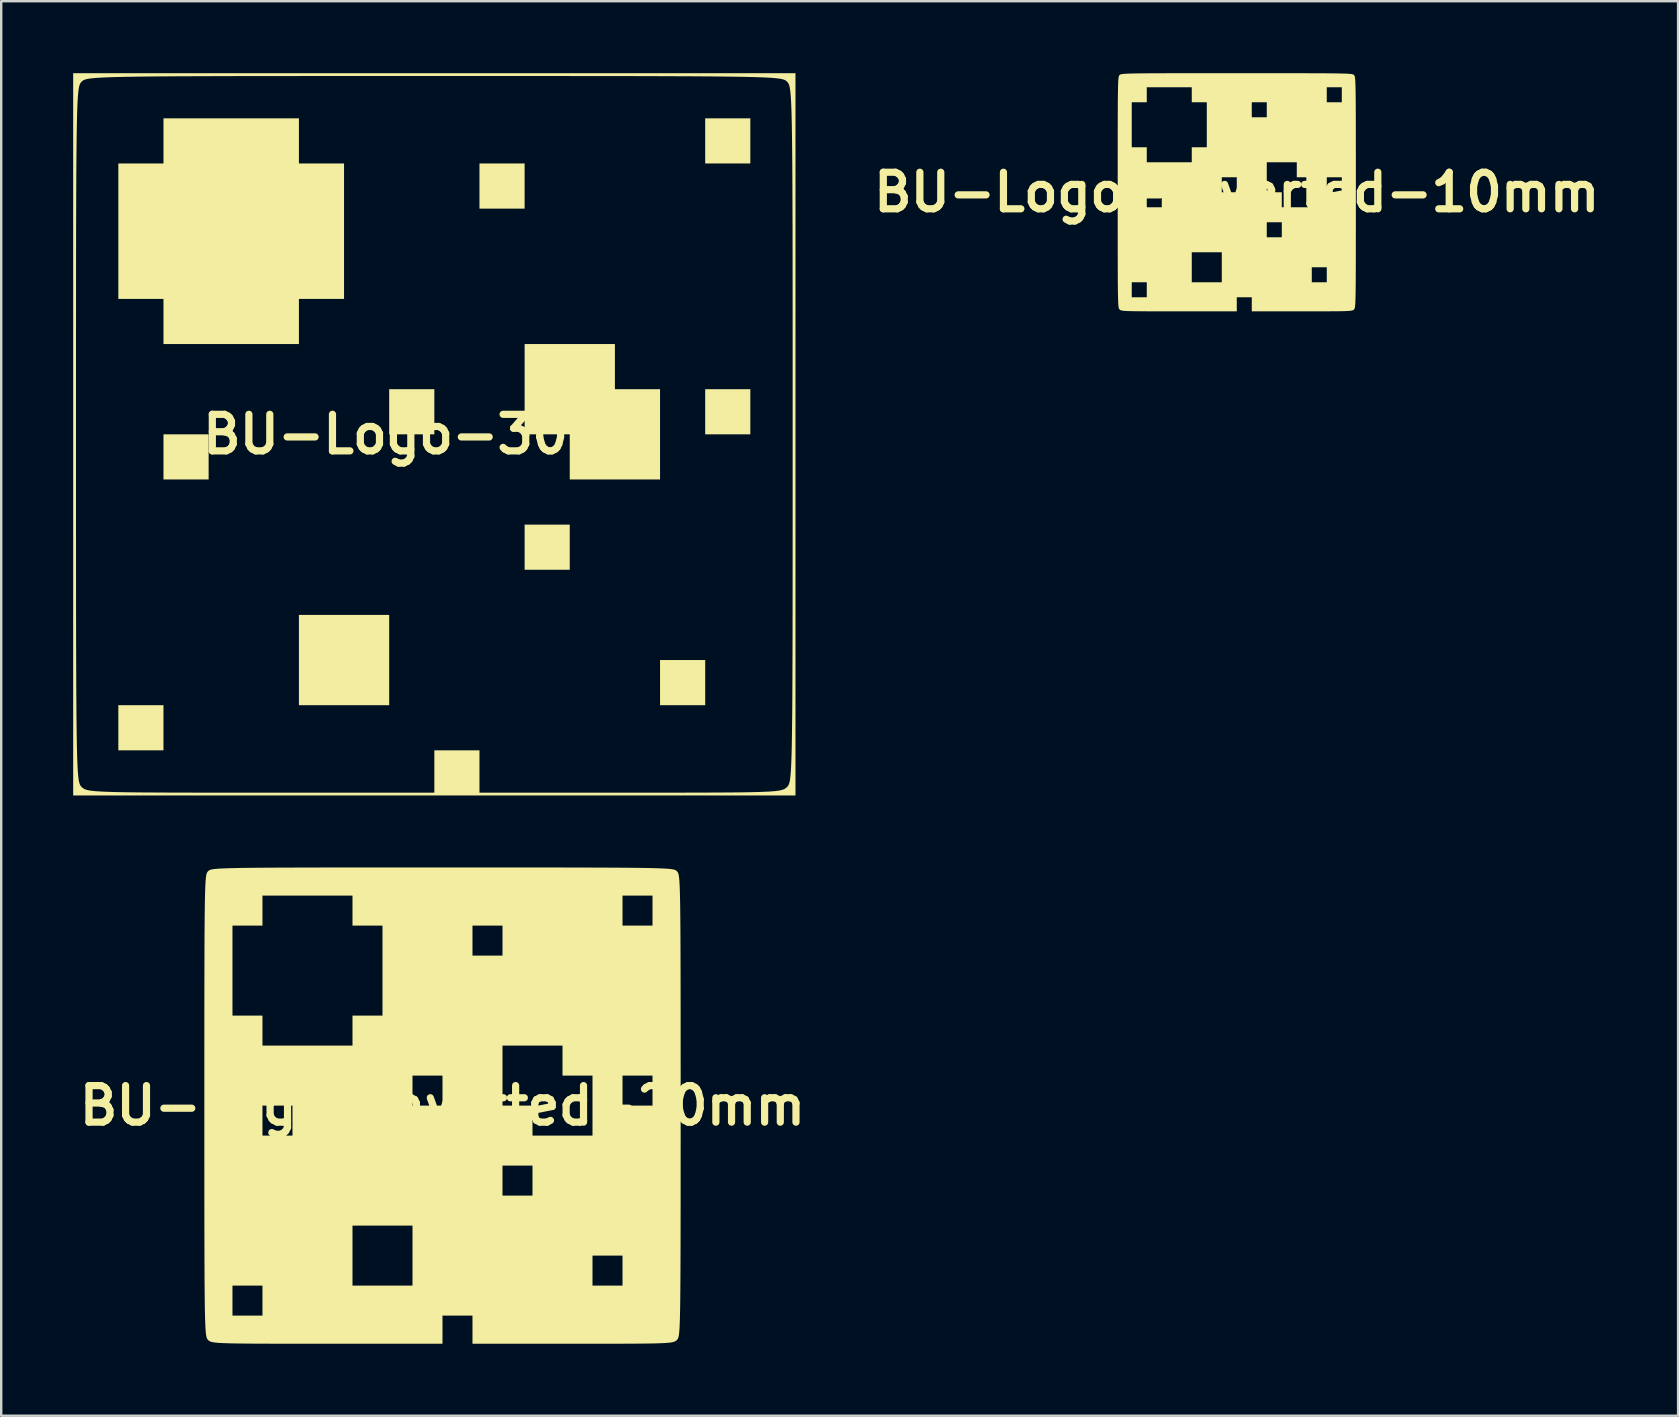
<source format=kicad_pcb>
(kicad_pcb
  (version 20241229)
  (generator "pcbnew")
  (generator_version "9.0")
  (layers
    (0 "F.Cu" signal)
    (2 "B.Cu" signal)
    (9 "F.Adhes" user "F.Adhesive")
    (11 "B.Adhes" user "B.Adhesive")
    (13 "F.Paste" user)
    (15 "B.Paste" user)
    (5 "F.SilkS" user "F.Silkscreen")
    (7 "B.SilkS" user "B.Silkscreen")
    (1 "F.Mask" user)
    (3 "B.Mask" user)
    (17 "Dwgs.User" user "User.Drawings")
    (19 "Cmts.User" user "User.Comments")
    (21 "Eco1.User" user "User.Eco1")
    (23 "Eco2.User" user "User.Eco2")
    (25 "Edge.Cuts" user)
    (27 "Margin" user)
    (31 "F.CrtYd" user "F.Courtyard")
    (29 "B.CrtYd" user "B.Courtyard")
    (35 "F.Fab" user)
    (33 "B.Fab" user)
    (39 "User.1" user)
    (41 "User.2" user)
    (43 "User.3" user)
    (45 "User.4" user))
  (footprint "BU-Logo-30mm"
    (layer "F.Cu")
    (at 15.052 15.052)
    (property "Reference" "BU-Logo-30mm" (at 0 0 0) (layer "F.SilkS") (effects (font (size 1.524 1.524) (thickness 0.3))))
    (attr board_only exclude_from_pos_files exclude_from_bom)
    (fp_poly (pts (xy -11.289 13.17) (xy -13.17 13.17) (xy -13.17 11.289) (xy -11.289 11.289)) (stroke (width 0) (type solid)) (fill yes) (layer "F.SilkS"))
    (fp_poly (pts (xy -9.407 1.881) (xy -11.289 1.881) (xy -11.289 0) (xy -9.407 0)) (stroke (width 0) (type solid)) (fill yes) (layer "F.SilkS"))
    (fp_poly (pts (xy -1.881 11.289) (xy -5.644 11.289) (xy -5.644 7.526) (xy -1.881 7.526)) (stroke (width 0) (type solid)) (fill yes) (layer "F.SilkS"))
    (fp_poly (pts (xy 0 0) (xy -1.881 0) (xy -1.881 -1.881) (xy 0 -1.881)) (stroke (width 0) (type solid)) (fill yes) (layer "F.SilkS"))
    (fp_poly (pts (xy 3.763 -9.407) (xy 1.881 -9.407) (xy 1.881 -11.289) (xy 3.763 -11.289)) (stroke (width 0) (type solid)) (fill yes) (layer "F.SilkS"))
    (fp_poly (pts (xy 5.644 5.644) (xy 3.763 5.644) (xy 3.763 3.763) (xy 5.644 3.763)) (stroke (width 0) (type solid)) (fill yes) (layer "F.SilkS"))
    (fp_poly (pts (xy 11.289 11.289) (xy 9.407 11.289) (xy 9.407 9.407) (xy 11.289 9.407)) (stroke (width 0) (type solid)) (fill yes) (layer "F.SilkS"))
    (fp_poly (pts (xy 13.17 -11.289) (xy 11.289 -11.289) (xy 11.289 -13.17) (xy 13.17 -13.17)) (stroke (width 0) (type solid)) (fill yes) (layer "F.SilkS"))
    (fp_poly (pts (xy 13.17 0) (xy 11.289 0) (xy 11.289 -1.881) (xy 13.17 -1.881)) (stroke (width 0) (type solid)) (fill yes) (layer "F.SilkS"))
    (fp_poly (pts (xy 7.526 -1.881) (xy 9.407 -1.881) (xy 9.407 1.881) (xy 5.644 1.881) (xy 5.644 0) (xy 3.763 0) (xy 3.763 -3.763) (xy 7.526 -3.763)) (stroke (width 0) (type solid)) (fill yes) (layer "F.SilkS"))
    (fp_poly (pts (xy -5.644 -11.289) (xy -3.763 -11.289) (xy -3.763 -5.644) (xy -5.644 -5.644) (xy -5.644 -3.763) (xy -11.289 -3.763) (xy -11.289 -5.644) (xy -13.17 -5.644) (xy -13.17 -11.289) (xy -11.289 -11.289) (xy -11.289 -13.17) (xy -5.644 -13.17)) (stroke (width 0) (type solid)) (fill yes) (layer "F.SilkS"))
    (fp_poly (pts (xy 15.052 15.052) (xy -15.052 15.052) (xy -15.052 0) (xy -14.934 0) (xy -14.934 2.144) (xy -14.934 4.065) (xy -14.933 5.775) (xy -14.932 7.288) (xy -14.93 8.616) (xy -14.926 9.77) (xy -14.922 10.764) (xy -14.916 11.61) (xy -14.908 12.32) (xy -14.899 12.907) (xy -14.888 13.383) (xy -14.874 13.761) (xy -14.858 14.053) (xy -14.839 14.272) (xy -14.818 14.429) (xy -14.793 14.539) (xy -14.765 14.612) (xy -14.734 14.661) (xy -14.699 14.699) (xy -14.645 14.747) (xy -14.576 14.788) (xy -14.473 14.823) (xy -14.319 14.852) (xy -14.096 14.875) (xy -13.785 14.893) (xy -13.37 14.908) (xy -12.831 14.918) (xy -12.152 14.925) (xy -11.315 14.93) (xy -10.3 14.933) (xy -9.092 14.934) (xy -7.671 14.934) (xy -7.232 14.934) (xy 0 14.934) (xy 0 13.17) (xy 1.881 13.17) (xy 1.881 14.934) (xy 8.173 14.934) (xy 9.549 14.934) (xy 10.71 14.933) (xy 11.674 14.93) (xy 12.461 14.925) (xy 13.089 14.917) (xy 13.579 14.905) (xy 13.949 14.889) (xy 14.219 14.868) (xy 14.407 14.841) (xy 14.534 14.807) (xy 14.619 14.766) (xy 14.68 14.718) (xy 14.699 14.699) (xy 14.734 14.661) (xy 14.765 14.611) (xy 14.793 14.538) (xy 14.818 14.429) (xy 14.839 14.271) (xy 14.858 14.053) (xy 14.874 13.76) (xy 14.888 13.382) (xy 14.899 12.906) (xy 14.908 12.319) (xy 14.916 11.608) (xy 14.922 10.762) (xy 14.926 9.768) (xy 14.93 8.613) (xy 14.932 7.286) (xy 14.933 5.773) (xy 14.934 4.062) (xy 14.934 2.14) (xy 14.934 0) (xy 14.934 -2.144) (xy 14.934 -4.065) (xy 14.933 -5.775) (xy 14.932 -7.288) (xy 14.93 -8.616) (xy 14.926 -9.77) (xy 14.922 -10.764) (xy 14.916 -11.61) (xy 14.908 -12.32) (xy 14.899 -12.907) (xy 14.888 -13.383) (xy 14.874 -13.761) (xy 14.858 -14.053) (xy 14.839 -14.272) (xy 14.818 -14.429) (xy 14.793 -14.539) (xy 14.765 -14.612) (xy 14.734 -14.661) (xy 14.699 -14.699) (xy 14.661 -14.734) (xy 14.611 -14.765) (xy 14.538 -14.793) (xy 14.429 -14.818) (xy 14.271 -14.839) (xy 14.053 -14.858) (xy 13.76 -14.874) (xy 13.382 -14.888) (xy 12.906 -14.899) (xy 12.319 -14.908) (xy 11.608 -14.916) (xy 10.762 -14.922) (xy 9.768 -14.926) (xy 8.613 -14.93) (xy 7.286 -14.932) (xy 5.773 -14.933) (xy 4.062 -14.934) (xy 2.14 -14.934) (xy 0 -14.934) (xy -2.144 -14.934) (xy -4.065 -14.934) (xy -5.775 -14.933) (xy -7.288 -14.932) (xy -8.616 -14.93) (xy -9.77 -14.926) (xy -10.764 -14.922) (xy -11.61 -14.916) (xy -12.32 -14.908) (xy -12.907 -14.899) (xy -13.383 -14.888) (xy -13.761 -14.874) (xy -14.053 -14.858) (xy -14.272 -14.839) (xy -14.429 -14.818) (xy -14.539 -14.793) (xy -14.612 -14.765) (xy -14.661 -14.734) (xy -14.699 -14.699) (xy -14.734 -14.661) (xy -14.765 -14.611) (xy -14.793 -14.538) (xy -14.818 -14.429) (xy -14.839 -14.271) (xy -14.858 -14.053) (xy -14.874 -13.76) (xy -14.888 -13.382) (xy -14.899 -12.906) (xy -14.908 -12.319) (xy -14.916 -11.608) (xy -14.922 -10.762) (xy -14.926 -9.768) (xy -14.93 -8.613) (xy -14.932 -7.286) (xy -14.933 -5.773) (xy -14.934 -4.062) (xy -14.934 -2.14) (xy -14.934 0) (xy -15.052 0) (xy -15.052 -15.052) (xy 15.052 -15.052)) (stroke (width 0) (type solid)) (fill yes) (layer "F.SilkS")))
  (footprint "BU-Logo-Inverted-10mm"
    (layer "F.Cu")
    (at 48.496 4.963)
    (property "Reference" "BU-Logo-Inverted-10mm" (at 0 0 0) (layer "F.SilkS") (effects (font (size 1.524 1.524) (thickness 0.3))))
    (attr board_only exclude_from_pos_files exclude_from_bom)
    (fp_poly (pts (xy 0.712 -4.963) (xy 1.351 -4.963) (xy 1.919 -4.962) (xy 2.422 -4.962) (xy 2.863 -4.961) (xy 3.247 -4.96) (xy 3.577 -4.959) (xy 3.858 -4.957) (xy 4.094 -4.954) (xy 4.289 -4.951) (xy 4.447 -4.947) (xy 4.573 -4.943) (xy 4.67 -4.937) (xy 4.743 -4.931) (xy 4.795 -4.924) (xy 4.831 -4.916) (xy 4.856 -4.907) (xy 4.872 -4.896) (xy 4.885 -4.885) (xy 4.896 -4.872) (xy 4.907 -4.855) (xy 4.916 -4.831) (xy 4.924 -4.795) (xy 4.931 -4.742) (xy 4.937 -4.67) (xy 4.943 -4.573) (xy 4.947 -4.447) (xy 4.951 -4.289) (xy 4.954 -4.094) (xy 4.957 -3.858) (xy 4.959 -3.576) (xy 4.96 -3.246) (xy 4.961 -2.862) (xy 4.962 -2.421) (xy 4.962 -1.918) (xy 4.963 -1.35) (xy 4.963 -0.711) (xy 4.963 0) (xy 4.963 0.712) (xy 4.963 1.351) (xy 4.962 1.919) (xy 4.962 2.422) (xy 4.961 2.863) (xy 4.96 3.247) (xy 4.959 3.577) (xy 4.957 3.858) (xy 4.954 4.094) (xy 4.951 4.289) (xy 4.947 4.447) (xy 4.943 4.573) (xy 4.937 4.67) (xy 4.931 4.743) (xy 4.924 4.795) (xy 4.916 4.831) (xy 4.907 4.856) (xy 4.896 4.872) (xy 4.885 4.885) (xy 4.865 4.902) (xy 4.841 4.916) (xy 4.804 4.928) (xy 4.749 4.938) (xy 4.67 4.945) (xy 4.559 4.951) (xy 4.41 4.956) (xy 4.218 4.959) (xy 3.975 4.961) (xy 3.676 4.962) (xy 3.313 4.963) (xy 2.881 4.963) (xy 2.716 4.963) (xy 0.625 4.963) (xy 0.625 4.377) (xy 0 4.377) (xy 0 4.963) (xy -2.403 4.963) (xy -2.896 4.963) (xy -3.317 4.962) (xy -3.672 4.962) (xy -3.966 4.96) (xy -4.206 4.958) (xy -4.397 4.955) (xy -4.546 4.951) (xy -4.658 4.945) (xy -4.74 4.938) (xy -4.797 4.929) (xy -4.835 4.918) (xy -4.861 4.905) (xy -4.88 4.889) (xy -4.885 4.885) (xy -4.896 4.872) (xy -4.907 4.855) (xy -4.916 4.831) (xy -4.924 4.795) (xy -4.931 4.742) (xy -4.937 4.67) (xy -4.943 4.573) (xy -4.947 4.447) (xy -4.949 4.377) (xy -4.377 4.377) (xy -3.751 4.377) (xy -3.751 3.751) (xy -1.876 3.751) (xy -0.625 3.751) (xy 3.126 3.751) (xy 3.751 3.751) (xy 3.751 3.126) (xy 3.126 3.126) (xy 3.126 3.751) (xy -0.625 3.751) (xy -0.625 2.501) (xy -1.876 2.501) (xy -1.876 3.751) (xy -3.751 3.751) (xy -4.377 3.751) (xy -4.377 4.377) (xy -4.949 4.377) (xy -4.951 4.289) (xy -4.954 4.094) (xy -4.957 3.858) (xy -4.959 3.576) (xy -4.96 3.246) (xy -4.961 2.862) (xy -4.962 2.421) (xy -4.962 1.918) (xy -4.962 1.876) (xy 1.25 1.876) (xy 1.876 1.876) (xy 1.876 1.25) (xy 1.25 1.25) (xy 1.25 1.876) (xy -4.962 1.876) (xy -4.963 1.35) (xy -4.963 0.711) (xy -4.963 0.625) (xy -3.751 0.625) (xy -3.126 0.625) (xy -3.126 0) (xy -0.625 0) (xy 0 0) (xy 1.25 0) (xy 1.876 0) (xy 1.876 0.625) (xy 3.126 0.625) (xy 3.126 0) (xy 3.751 0) (xy 4.377 0) (xy 4.377 -0.625) (xy 3.751 -0.625) (xy 3.751 0) (xy 3.126 0) (xy 3.126 -0.625) (xy 2.501 -0.625) (xy 2.501 -1.25) (xy 1.25 -1.25) (xy 1.25 0) (xy 0 0) (xy 0 -0.625) (xy -0.625 -0.625) (xy -0.625 0) (xy -3.126 0) (xy -3.751 0) (xy -3.751 0.625) (xy -4.963 0.625) (xy -4.963 0) (xy -4.963 -0.712) (xy -4.963 -1.351) (xy -4.962 -1.876) (xy -4.377 -1.876) (xy -3.751 -1.876) (xy -3.751 -1.25) (xy -1.876 -1.25) (xy -1.876 -1.876) (xy -1.25 -1.876) (xy -1.25 -3.126) (xy 0.625 -3.126) (xy 1.25 -3.126) (xy 1.25 -3.751) (xy 3.751 -3.751) (xy 4.377 -3.751) (xy 4.377 -4.377) (xy 3.751 -4.377) (xy 3.751 -3.751) (xy 1.25 -3.751) (xy 0.625 -3.751) (xy 0.625 -3.126) (xy -1.25 -3.126) (xy -1.25 -3.751) (xy -1.876 -3.751) (xy -1.876 -4.377) (xy -3.751 -4.377) (xy -3.751 -3.751) (xy -4.377 -3.751) (xy -4.377 -1.876) (xy -4.962 -1.876) (xy -4.962 -1.919) (xy -4.962 -2.422) (xy -4.961 -2.863) (xy -4.96 -3.247) (xy -4.959 -3.577) (xy -4.957 -3.858) (xy -4.954 -4.094) (xy -4.951 -4.289) (xy -4.947 -4.447) (xy -4.943 -4.573) (xy -4.937 -4.67) (xy -4.931 -4.743) (xy -4.924 -4.795) (xy -4.916 -4.831) (xy -4.907 -4.856) (xy -4.896 -4.872) (xy -4.885 -4.885) (xy -4.872 -4.896) (xy -4.855 -4.907) (xy -4.831 -4.916) (xy -4.795 -4.924) (xy -4.742 -4.931) (xy -4.67 -4.937) (xy -4.573 -4.943) (xy -4.447 -4.947) (xy -4.289 -4.951) (xy -4.094 -4.954) (xy -3.858 -4.957) (xy -3.576 -4.959) (xy -3.246 -4.96) (xy -2.862 -4.961) (xy -2.421 -4.962) (xy -1.918 -4.962) (xy -1.35 -4.963) (xy -0.711 -4.963) (xy 0 -4.963)) (stroke (width 0) (type solid)) (fill yes) (layer "F.SilkS")))
  (footprint "BU-Logo-Inverted-20mm"
    (layer "F.Cu")
    (at 15.392 43.029)
    (property "Reference" "BU-Logo-Inverted-20mm" (at 0 0 0) (layer "F.SilkS") (effects (font (size 1.524 1.524) (thickness 0.3))))
    (attr board_only exclude_from_pos_files exclude_from_bom)
    (fp_poly (pts (xy 1.425 -9.926) (xy 2.701 -9.925) (xy 3.838 -9.925) (xy 4.844 -9.924) (xy 5.726 -9.922) (xy 6.493 -9.92) (xy 7.154 -9.917) (xy 7.716 -9.913) (xy 8.188 -9.908) (xy 8.578 -9.902) (xy 8.895 -9.894) (xy 9.146 -9.885) (xy 9.34 -9.875) (xy 9.485 -9.862) (xy 9.59 -9.848) (xy 9.663 -9.832) (xy 9.711 -9.813) (xy 9.744 -9.792) (xy 9.769 -9.769) (xy 9.792 -9.744) (xy 9.813 -9.711) (xy 9.832 -9.662) (xy 9.848 -9.59) (xy 9.862 -9.485) (xy 9.875 -9.34) (xy 9.885 -9.145) (xy 9.894 -8.894) (xy 9.902 -8.577) (xy 9.908 -8.187) (xy 9.913 -7.715) (xy 9.917 -7.153) (xy 9.92 -6.492) (xy 9.922 -5.725) (xy 9.924 -4.842) (xy 9.925 -3.837) (xy 9.925 -2.699) (xy 9.926 -1.422) (xy 9.926 0) (xy 9.926 1.425) (xy 9.925 2.701) (xy 9.925 3.838) (xy 9.924 4.844) (xy 9.922 5.726) (xy 9.92 6.493) (xy 9.917 7.154) (xy 9.913 7.716) (xy 9.908 8.188) (xy 9.902 8.578) (xy 9.894 8.895) (xy 9.885 9.146) (xy 9.875 9.34) (xy 9.862 9.485) (xy 9.848 9.59) (xy 9.832 9.663) (xy 9.813 9.711) (xy 9.792 9.744) (xy 9.769 9.769) (xy 9.731 9.803) (xy 9.682 9.832) (xy 9.608 9.856) (xy 9.498 9.876) (xy 9.339 9.891) (xy 9.117 9.903) (xy 8.821 9.912) (xy 8.436 9.918) (xy 7.951 9.922) (xy 7.352 9.924) (xy 6.627 9.925) (xy 5.763 9.926) (xy 5.432 9.926) (xy 1.25 9.926) (xy 1.25 8.753) (xy 0 8.753) (xy 0 9.926) (xy -4.806 9.926) (xy -5.793 9.925) (xy -6.634 9.925) (xy -7.343 9.923) (xy -7.932 9.921) (xy -8.411 9.916) (xy -8.794 9.91) (xy -9.092 9.901) (xy -9.317 9.89) (xy -9.48 9.875) (xy -9.594 9.857) (xy -9.671 9.836) (xy -9.722 9.809) (xy -9.76 9.779) (xy -9.769 9.769) (xy -9.792 9.744) (xy -9.813 9.711) (xy -9.832 9.662) (xy -9.848 9.59) (xy -9.862 9.485) (xy -9.875 9.34) (xy -9.885 9.145) (xy -9.894 8.894) (xy -9.898 8.753) (xy -8.753 8.753) (xy -7.503 8.753) (xy -7.503 7.503) (xy -3.751 7.503) (xy -1.25 7.503) (xy 6.252 7.503) (xy 7.503 7.503) (xy 7.503 6.252) (xy 6.252 6.252) (xy 6.252 7.503) (xy -1.25 7.503) (xy -1.25 5.002) (xy -3.751 5.002) (xy -3.751 7.503) (xy -7.503 7.503) (xy -8.753 7.503) (xy -8.753 8.753) (xy -9.898 8.753) (xy -9.902 8.577) (xy -9.908 8.187) (xy -9.913 7.715) (xy -9.917 7.153) (xy -9.92 6.492) (xy -9.922 5.725) (xy -9.924 4.842) (xy -9.925 3.837) (xy -9.925 3.751) (xy 2.501 3.751) (xy 3.751 3.751) (xy 3.751 2.501) (xy 2.501 2.501) (xy 2.501 3.751) (xy -9.925 3.751) (xy -9.925 2.699) (xy -9.926 1.422) (xy -9.926 1.25) (xy -7.503 1.25) (xy -6.252 1.25) (xy -6.252 0) (xy -1.25 0) (xy 0 0) (xy 2.501 0) (xy 3.751 0) (xy 3.751 1.25) (xy 6.252 1.25) (xy 6.252 0) (xy 7.503 0) (xy 8.753 0) (xy 8.753 -1.25) (xy 7.503 -1.25) (xy 7.503 0) (xy 6.252 0) (xy 6.252 -1.25) (xy 5.002 -1.25) (xy 5.002 -2.501) (xy 2.501 -2.501) (xy 2.501 0) (xy 0 0) (xy 0 -1.25) (xy -1.25 -1.25) (xy -1.25 0) (xy -6.252 0) (xy -7.503 0) (xy -7.503 1.25) (xy -9.926 1.25) (xy -9.926 0) (xy -9.926 -1.425) (xy -9.925 -2.701) (xy -9.925 -3.751) (xy -8.753 -3.751) (xy -7.503 -3.751) (xy -7.503 -2.501) (xy -3.751 -2.501) (xy -3.751 -3.751) (xy -2.501 -3.751) (xy -2.501 -6.252) (xy 1.25 -6.252) (xy 2.501 -6.252) (xy 2.501 -7.503) (xy 7.503 -7.503) (xy 8.753 -7.503) (xy 8.753 -8.753) (xy 7.503 -8.753) (xy 7.503 -7.503) (xy 2.501 -7.503) (xy 1.25 -7.503) (xy 1.25 -6.252) (xy -2.501 -6.252) (xy -2.501 -7.503) (xy -3.751 -7.503) (xy -3.751 -8.753) (xy -7.503 -8.753) (xy -7.503 -7.503) (xy -8.753 -7.503) (xy -8.753 -3.751) (xy -9.925 -3.751) (xy -9.925 -3.838) (xy -9.924 -4.844) (xy -9.922 -5.726) (xy -9.92 -6.493) (xy -9.917 -7.154) (xy -9.913 -7.716) (xy -9.908 -8.188) (xy -9.902 -8.578) (xy -9.894 -8.895) (xy -9.885 -9.146) (xy -9.875 -9.34) (xy -9.862 -9.485) (xy -9.848 -9.59) (xy -9.832 -9.663) (xy -9.813 -9.711) (xy -9.792 -9.744) (xy -9.769 -9.769) (xy -9.744 -9.792) (xy -9.711 -9.813) (xy -9.662 -9.832) (xy -9.59 -9.848) (xy -9.485 -9.862) (xy -9.34 -9.875) (xy -9.145 -9.885) (xy -8.894 -9.894) (xy -8.577 -9.902) (xy -8.187 -9.908) (xy -7.715 -9.913) (xy -7.153 -9.917) (xy -6.492 -9.92) (xy -5.725 -9.922) (xy -4.842 -9.924) (xy -3.837 -9.925) (xy -2.699 -9.925) (xy -1.422 -9.926) (xy 0 -9.926)) (stroke (width 0) (type solid)) (fill yes) (layer "F.SilkS")))
  (gr_rect
    (start -3 -3)
    (end 66.889 55.955)
    (stroke (width 0.1) (type default))
    (fill no)
    (layer "Edge.Cuts")))
</source>
